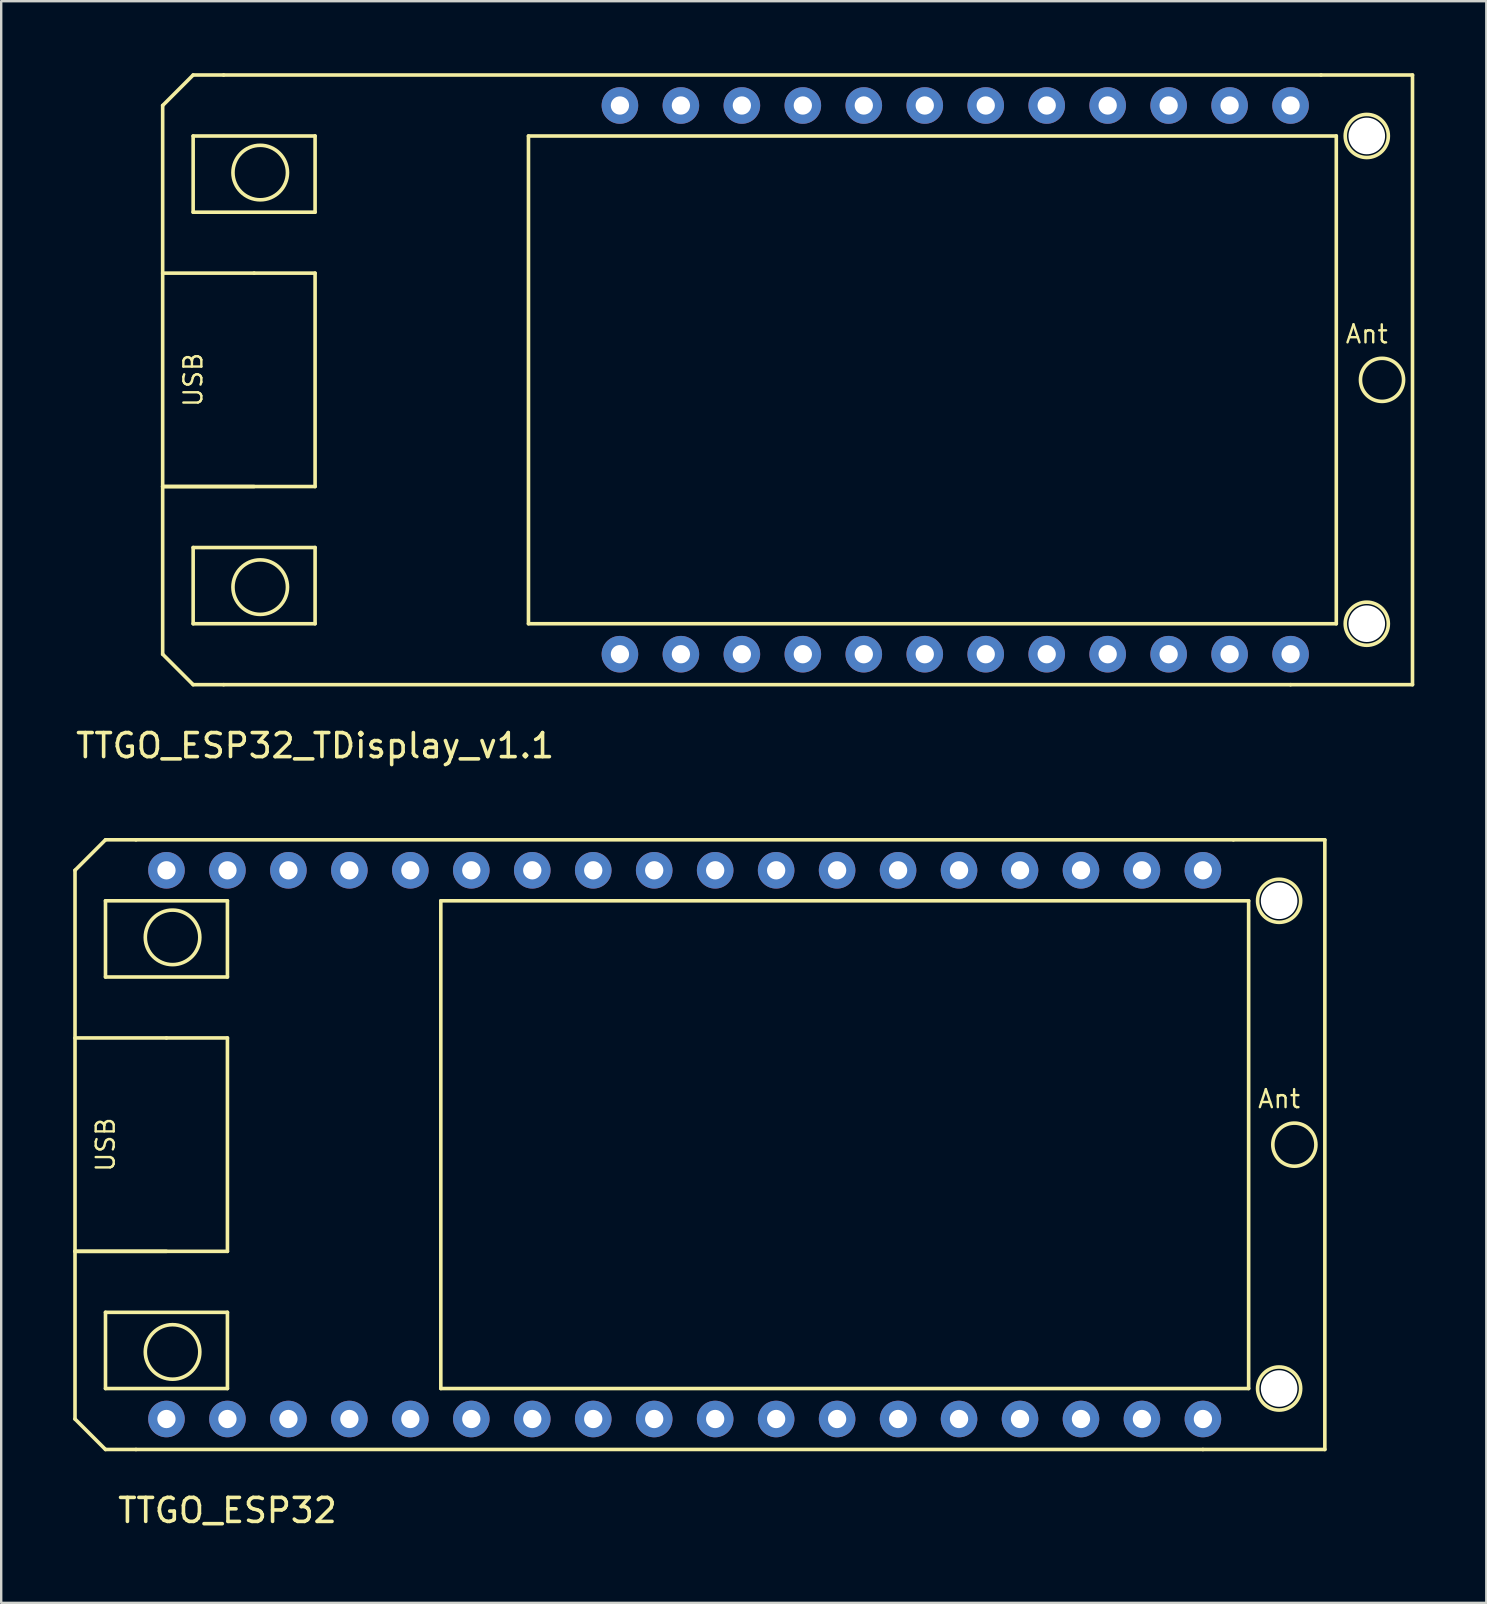
<source format=kicad_pcb>
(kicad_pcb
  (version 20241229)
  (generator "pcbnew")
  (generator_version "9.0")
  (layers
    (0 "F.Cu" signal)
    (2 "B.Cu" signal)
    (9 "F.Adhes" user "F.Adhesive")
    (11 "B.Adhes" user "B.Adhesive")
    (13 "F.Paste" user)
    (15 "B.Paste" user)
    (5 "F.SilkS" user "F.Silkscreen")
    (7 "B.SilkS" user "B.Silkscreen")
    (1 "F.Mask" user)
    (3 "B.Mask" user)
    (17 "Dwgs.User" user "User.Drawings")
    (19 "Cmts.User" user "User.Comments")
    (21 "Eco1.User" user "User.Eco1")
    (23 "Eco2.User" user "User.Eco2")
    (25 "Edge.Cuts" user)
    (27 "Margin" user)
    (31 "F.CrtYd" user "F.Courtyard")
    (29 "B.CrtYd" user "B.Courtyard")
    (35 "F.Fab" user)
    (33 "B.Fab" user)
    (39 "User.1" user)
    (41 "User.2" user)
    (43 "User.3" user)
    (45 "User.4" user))
  (footprint "TTGO_ESP32"
    (layer "F.Cu")
    (at 2.615 57.338)
    (property "Reference" "TTGO_ESP32" (at 3.81 2.54 0) (layer "F.SilkS") (effects (font (size 1 1) (thickness 0.15))))
    (attr through_hole)
    (fp_line (start -2.54 -24.13) (end -1.27 -25.4) (stroke (width 0.15) (type solid)) (layer "F.SilkS"))
    (fp_line (start -2.54 -8.255) (end 1.27 -8.255) (stroke (width 0.15) (type solid)) (layer "F.SilkS"))
    (fp_line (start -2.54 -1.27) (end -2.54 -24.13) (stroke (width 0.15) (type solid)) (layer "F.SilkS"))
    (fp_line (start -1.27 -25.4) (end 0 -25.4) (stroke (width 0.15) (type solid)) (layer "F.SilkS"))
    (fp_line (start -1.27 -22.86) (end 3.81 -22.86) (stroke (width 0.15) (type solid)) (layer "F.SilkS"))
    (fp_line (start -1.27 -19.685) (end -1.27 -22.86) (stroke (width 0.15) (type solid)) (layer "F.SilkS"))
    (fp_line (start -1.27 -5.715) (end 3.81 -5.715) (stroke (width 0.15) (type solid)) (layer "F.SilkS"))
    (fp_line (start -1.27 -2.54) (end -1.27 -5.715) (stroke (width 0.15) (type solid)) (layer "F.SilkS"))
    (fp_line (start -1.27 0) (end -2.54 -1.27) (stroke (width 0.15) (type solid)) (layer "F.SilkS"))
    (fp_line (start 0 0) (end -1.27 0) (stroke (width 0.15) (type solid)) (layer "F.SilkS"))
    (fp_line (start 1.27 -17.145) (end -2.54 -17.145) (stroke (width 0.15) (type solid)) (layer "F.SilkS"))
    (fp_line (start 1.27 -17.145) (end 3.81 -17.145) (stroke (width 0.15) (type solid)) (layer "F.SilkS"))
    (fp_line (start 3.81 -22.86) (end 3.81 -19.685) (stroke (width 0.15) (type solid)) (layer "F.SilkS"))
    (fp_line (start 3.81 -19.685) (end -1.27 -19.685) (stroke (width 0.15) (type solid)) (layer "F.SilkS"))
    (fp_line (start 3.81 -17.145) (end 3.81 -8.255) (stroke (width 0.15) (type solid)) (layer "F.SilkS"))
    (fp_line (start 3.81 -8.255) (end -2.54 -8.255) (stroke (width 0.15) (type solid)) (layer "F.SilkS"))
    (fp_line (start 3.81 -5.715) (end 3.81 -2.54) (stroke (width 0.15) (type solid)) (layer "F.SilkS"))
    (fp_line (start 3.81 -2.54) (end -1.27 -2.54) (stroke (width 0.15) (type solid)) (layer "F.SilkS"))
    (fp_line (start 12.7 -22.86) (end 46.355 -22.86) (stroke (width 0.15) (type solid)) (layer "F.SilkS"))
    (fp_line (start 12.7 -2.54) (end 12.7 -22.86) (stroke (width 0.15) (type solid)) (layer "F.SilkS"))
    (fp_line (start 44.45 0) (end 0 0) (stroke (width 0.15) (type solid)) (layer "F.SilkS"))
    (fp_line (start 45.72 -25.4) (end 0 -25.4) (stroke (width 0.15) (type solid)) (layer "F.SilkS"))
    (fp_line (start 46.355 -22.86) (end 46.355 -2.54) (stroke (width 0.15) (type solid)) (layer "F.SilkS"))
    (fp_line (start 46.355 -2.54) (end 12.7 -2.54) (stroke (width 0.15) (type solid)) (layer "F.SilkS"))
    (fp_line (start 49.53 -25.4) (end 45.72 -25.4) (stroke (width 0.15) (type solid)) (layer "F.SilkS"))
    (fp_line (start 49.53 -25.4) (end 49.53 0) (stroke (width 0.15) (type solid)) (layer "F.SilkS"))
    (fp_line (start 49.53 0) (end 44.45 0) (stroke (width 0.15) (type solid)) (layer "F.SilkS"))
    (fp_circle (center 1.524 -21.336) (end 2.54 -21.844) (stroke (width 0.15) (type solid)) (fill no) (layer "F.SilkS"))
    (fp_circle (center 1.524 -4.064) (end 2.54 -4.572) (stroke (width 0.15) (type solid)) (fill no) (layer "F.SilkS"))
    (fp_circle (center 47.625 -22.86) (end 48.26 -23.495) (stroke (width 0.15) (type solid)) (fill no) (layer "F.SilkS"))
    (fp_circle (center 47.625 -2.54) (end 48.26 -3.175) (stroke (width 0.15) (type solid)) (fill no) (layer "F.SilkS"))
    (fp_circle (center 48.26 -12.7) (end 48.895 -13.335) (stroke (width 0.15) (type solid)) (fill no) (layer "F.SilkS"))
    (fp_text user "USB" (at -1.27 -12.7 90) (layer "F.SilkS") (effects (font (size 0.75 0.75) (thickness 0.1))))
    (fp_text user "Ant" (at 47.625 -14.605 0) (layer "F.SilkS") (effects (font (size 0.75 0.75) (thickness 0.1))))
    (pad "" np_thru_hole circle (at 47.625 -22.86) (size 1.524 1.524) (drill 1.524) (layers "*.Cu" "*.Mask"))
    (pad "" np_thru_hole circle (at 47.625 -2.54) (size 1.524 1.524) (drill 1.524) (layers "*.Cu" "*.Mask"))
    (pad "1" thru_hole circle (at 1.27 -1.27) (size 1.524 1.524) (drill 0.762) (layers "*.Cu" "*.Mask"))
    (pad "2" thru_hole circle (at 3.81 -1.27) (size 1.524 1.524) (drill 0.762) (layers "*.Cu" "*.Mask"))
    (pad "3" thru_hole circle (at 6.35 -1.27) (size 1.524 1.524) (drill 0.762) (layers "*.Cu" "*.Mask"))
    (pad "4" thru_hole circle (at 8.89 -1.27) (size 1.524 1.524) (drill 0.762) (layers "*.Cu" "*.Mask"))
    (pad "5" thru_hole circle (at 11.43 -1.27) (size 1.524 1.524) (drill 0.762) (layers "*.Cu" "*.Mask"))
    (pad "6" thru_hole circle (at 13.97 -1.27) (size 1.524 1.524) (drill 0.762) (layers "*.Cu" "*.Mask"))
    (pad "7" thru_hole circle (at 16.51 -1.27) (size 1.524 1.524) (drill 0.762) (layers "*.Cu" "*.Mask"))
    (pad "8" thru_hole circle (at 19.05 -1.27) (size 1.524 1.524) (drill 0.762) (layers "*.Cu" "*.Mask"))
    (pad "9" thru_hole circle (at 21.59 -1.27) (size 1.524 1.524) (drill 0.762) (layers "*.Cu" "*.Mask"))
    (pad "10" thru_hole circle (at 24.13 -1.27) (size 1.524 1.524) (drill 0.762) (layers "*.Cu" "*.Mask"))
    (pad "11" thru_hole circle (at 26.67 -1.27) (size 1.524 1.524) (drill 0.762) (layers "*.Cu" "*.Mask"))
    (pad "12" thru_hole circle (at 29.21 -1.27) (size 1.524 1.524) (drill 0.762) (layers "*.Cu" "*.Mask"))
    (pad "13" thru_hole circle (at 31.75 -1.27) (size 1.524 1.524) (drill 0.762) (layers "*.Cu" "*.Mask"))
    (pad "14" thru_hole circle (at 34.29 -1.27) (size 1.524 1.524) (drill 0.762) (layers "*.Cu" "*.Mask"))
    (pad "15" thru_hole circle (at 36.83 -1.27) (size 1.524 1.524) (drill 0.762) (layers "*.Cu" "*.Mask"))
    (pad "16" thru_hole circle (at 39.37 -1.27) (size 1.524 1.524) (drill 0.762) (layers "*.Cu" "*.Mask"))
    (pad "17" thru_hole circle (at 41.91 -1.27) (size 1.524 1.524) (drill 0.762) (layers "*.Cu" "*.Mask"))
    (pad "18" thru_hole circle (at 44.45 -1.27) (size 1.524 1.524) (drill 0.762) (layers "*.Cu" "*.Mask"))
    (pad "19" thru_hole circle (at 1.27 -24.13) (size 1.524 1.524) (drill 0.762) (layers "*.Cu" "*.Mask"))
    (pad "20" thru_hole circle (at 3.81 -24.13) (size 1.524 1.524) (drill 0.762) (layers "*.Cu" "*.Mask"))
    (pad "21" thru_hole circle (at 6.35 -24.13) (size 1.524 1.524) (drill 0.762) (layers "*.Cu" "*.Mask"))
    (pad "22" thru_hole circle (at 8.89 -24.13) (size 1.524 1.524) (drill 0.762) (layers "*.Cu" "*.Mask"))
    (pad "23" thru_hole circle (at 11.43 -24.13) (size 1.524 1.524) (drill 0.762) (layers "*.Cu" "*.Mask"))
    (pad "24" thru_hole circle (at 13.97 -24.13) (size 1.524 1.524) (drill 0.762) (layers "*.Cu" "*.Mask"))
    (pad "25" thru_hole circle (at 16.51 -24.13) (size 1.524 1.524) (drill 0.762) (layers "*.Cu" "*.Mask"))
    (pad "26" thru_hole circle (at 19.05 -24.13) (size 1.524 1.524) (drill 0.762) (layers "*.Cu" "*.Mask"))
    (pad "27" thru_hole circle (at 21.59 -24.13) (size 1.524 1.524) (drill 0.762) (layers "*.Cu" "*.Mask"))
    (pad "28" thru_hole circle (at 24.13 -24.13) (size 1.524 1.524) (drill 0.762) (layers "*.Cu" "*.Mask"))
    (pad "29" thru_hole circle (at 26.67 -24.13) (size 1.524 1.524) (drill 0.762) (layers "*.Cu" "*.Mask"))
    (pad "30" thru_hole circle (at 29.21 -24.13) (size 1.524 1.524) (drill 0.762) (layers "*.Cu" "*.Mask"))
    (pad "31" thru_hole circle (at 31.75 -24.13) (size 1.524 1.524) (drill 0.762) (layers "*.Cu" "*.Mask"))
    (pad "32" thru_hole circle (at 34.29 -24.13) (size 1.524 1.524) (drill 0.762) (layers "*.Cu" "*.Mask"))
    (pad "33" thru_hole circle (at 36.83 -24.13) (size 1.524 1.524) (drill 0.762) (layers "*.Cu" "*.Mask"))
    (pad "34" thru_hole circle (at 39.37 -24.13) (size 1.524 1.524) (drill 0.762) (layers "*.Cu" "*.Mask"))
    (pad "35" thru_hole circle (at 41.91 -24.13) (size 1.524 1.524) (drill 0.762) (layers "*.Cu" "*.Mask"))
    (pad "36" thru_hole circle (at 44.45 -24.13) (size 1.524 1.524) (drill 0.762) (layers "*.Cu" "*.Mask")))
  (footprint "TTGO_ESP32_TDisplay_v1.1"
    (layer "F.Cu")
    (at 6.267 25.475)
    (property "Reference" "TTGO_ESP32_TDisplay_v1.1" (at 3.81 2.54 0) (layer "F.SilkS") (effects (font (size 1 1) (thickness 0.15))))
    (attr through_hole)
    (fp_line (start -2.54 -24.13) (end -1.27 -25.4) (stroke (width 0.15) (type solid)) (layer "F.SilkS"))
    (fp_line (start -2.54 -8.255) (end 1.27 -8.255) (stroke (width 0.15) (type solid)) (layer "F.SilkS"))
    (fp_line (start -2.54 -1.27) (end -2.54 -24.13) (stroke (width 0.15) (type solid)) (layer "F.SilkS"))
    (fp_line (start -1.27 -25.4) (end 0 -25.4) (stroke (width 0.15) (type solid)) (layer "F.SilkS"))
    (fp_line (start -1.27 -22.86) (end 3.81 -22.86) (stroke (width 0.15) (type solid)) (layer "F.SilkS"))
    (fp_line (start -1.27 -19.685) (end -1.27 -22.86) (stroke (width 0.15) (type solid)) (layer "F.SilkS"))
    (fp_line (start -1.27 -5.715) (end 3.81 -5.715) (stroke (width 0.15) (type solid)) (layer "F.SilkS"))
    (fp_line (start -1.27 -2.54) (end -1.27 -5.715) (stroke (width 0.15) (type solid)) (layer "F.SilkS"))
    (fp_line (start -1.27 0) (end -2.54 -1.27) (stroke (width 0.15) (type solid)) (layer "F.SilkS"))
    (fp_line (start 0 0) (end -1.27 0) (stroke (width 0.15) (type solid)) (layer "F.SilkS"))
    (fp_line (start 1.27 -17.145) (end -2.54 -17.145) (stroke (width 0.15) (type solid)) (layer "F.SilkS"))
    (fp_line (start 1.27 -17.145) (end 3.81 -17.145) (stroke (width 0.15) (type solid)) (layer "F.SilkS"))
    (fp_line (start 3.81 -22.86) (end 3.81 -19.685) (stroke (width 0.15) (type solid)) (layer "F.SilkS"))
    (fp_line (start 3.81 -19.685) (end -1.27 -19.685) (stroke (width 0.15) (type solid)) (layer "F.SilkS"))
    (fp_line (start 3.81 -17.145) (end 3.81 -8.255) (stroke (width 0.15) (type solid)) (layer "F.SilkS"))
    (fp_line (start 3.81 -8.255) (end -2.54 -8.255) (stroke (width 0.15) (type solid)) (layer "F.SilkS"))
    (fp_line (start 3.81 -5.715) (end 3.81 -2.54) (stroke (width 0.15) (type solid)) (layer "F.SilkS"))
    (fp_line (start 3.81 -2.54) (end -1.27 -2.54) (stroke (width 0.15) (type solid)) (layer "F.SilkS"))
    (fp_line (start 12.7 -22.86) (end 46.355 -22.86) (stroke (width 0.15) (type solid)) (layer "F.SilkS"))
    (fp_line (start 12.7 -2.54) (end 12.7 -22.86) (stroke (width 0.15) (type solid)) (layer "F.SilkS"))
    (fp_line (start 44.45 0) (end 0 0) (stroke (width 0.15) (type solid)) (layer "F.SilkS"))
    (fp_line (start 45.72 -25.4) (end 0 -25.4) (stroke (width 0.15) (type solid)) (layer "F.SilkS"))
    (fp_line (start 46.355 -22.86) (end 46.355 -2.54) (stroke (width 0.15) (type solid)) (layer "F.SilkS"))
    (fp_line (start 46.355 -2.54) (end 12.7 -2.54) (stroke (width 0.15) (type solid)) (layer "F.SilkS"))
    (fp_line (start 49.53 -25.4) (end 45.72 -25.4) (stroke (width 0.15) (type solid)) (layer "F.SilkS"))
    (fp_line (start 49.53 -25.4) (end 49.53 0) (stroke (width 0.15) (type solid)) (layer "F.SilkS"))
    (fp_line (start 49.53 0) (end 44.45 0) (stroke (width 0.15) (type solid)) (layer "F.SilkS"))
    (fp_circle (center 1.524 -21.336) (end 2.54 -21.844) (stroke (width 0.15) (type solid)) (fill no) (layer "F.SilkS"))
    (fp_circle (center 1.524 -4.064) (end 2.54 -4.572) (stroke (width 0.15) (type solid)) (fill no) (layer "F.SilkS"))
    (fp_circle (center 47.625 -22.86) (end 48.26 -23.495) (stroke (width 0.15) (type solid)) (fill no) (layer "F.SilkS"))
    (fp_circle (center 47.625 -2.54) (end 48.26 -3.175) (stroke (width 0.15) (type solid)) (fill no) (layer "F.SilkS"))
    (fp_circle (center 48.26 -12.7) (end 48.895 -13.335) (stroke (width 0.15) (type solid)) (fill no) (layer "F.SilkS"))
    (fp_text user "USB" (at -1.27 -12.7 90) (layer "F.SilkS") (effects (font (size 0.75 0.75) (thickness 0.1))))
    (fp_text user "Ant" (at 47.625 -14.605 0) (layer "F.SilkS") (effects (font (size 0.75 0.75) (thickness 0.1))))
    (pad "" np_thru_hole circle (at 47.625 -22.86) (size 1.524 1.524) (drill 1.524) (layers "*.Cu" "*.Mask"))
    (pad "" np_thru_hole circle (at 47.625 -2.54) (size 1.524 1.524) (drill 1.524) (layers "*.Cu" "*.Mask"))
    (pad "1" thru_hole circle (at 16.51 -1.27) (size 1.524 1.524) (drill 0.762) (layers "*.Cu" "*.Mask"))
    (pad "2" thru_hole circle (at 19.05 -1.27) (size 1.524 1.524) (drill 0.762) (layers "*.Cu" "*.Mask"))
    (pad "3" thru_hole circle (at 21.59 -1.27) (size 1.524 1.524) (drill 0.762) (layers "*.Cu" "*.Mask"))
    (pad "4" thru_hole circle (at 24.13 -1.27) (size 1.524 1.524) (drill 0.762) (layers "*.Cu" "*.Mask"))
    (pad "5" thru_hole circle (at 26.67 -1.27) (size 1.524 1.524) (drill 0.762) (layers "*.Cu" "*.Mask"))
    (pad "6" thru_hole circle (at 29.21 -1.27) (size 1.524 1.524) (drill 0.762) (layers "*.Cu" "*.Mask"))
    (pad "7" thru_hole circle (at 31.75 -1.27) (size 1.524 1.524) (drill 0.762) (layers "*.Cu" "*.Mask"))
    (pad "8" thru_hole circle (at 34.29 -1.27) (size 1.524 1.524) (drill 0.762) (layers "*.Cu" "*.Mask"))
    (pad "9" thru_hole circle (at 36.83 -1.27) (size 1.524 1.524) (drill 0.762) (layers "*.Cu" "*.Mask"))
    (pad "10" thru_hole circle (at 39.37 -1.27) (size 1.524 1.524) (drill 0.762) (layers "*.Cu" "*.Mask"))
    (pad "11" thru_hole circle (at 41.91 -1.27) (size 1.524 1.524) (drill 0.762) (layers "*.Cu" "*.Mask"))
    (pad "12" thru_hole circle (at 44.45 -1.27) (size 1.524 1.524) (drill 0.762) (layers "*.Cu" "*.Mask"))
    (pad "13" thru_hole circle (at 44.45 -24.13) (size 1.524 1.524) (drill 0.762) (layers "*.Cu" "*.Mask"))
    (pad "14" thru_hole circle (at 41.91 -24.13) (size 1.524 1.524) (drill 0.762) (layers "*.Cu" "*.Mask"))
    (pad "15" thru_hole circle (at 39.37 -24.13) (size 1.524 1.524) (drill 0.762) (layers "*.Cu" "*.Mask"))
    (pad "16" thru_hole circle (at 36.83 -24.13) (size 1.524 1.524) (drill 0.762) (layers "*.Cu" "*.Mask"))
    (pad "17" thru_hole circle (at 34.29 -24.13) (size 1.524 1.524) (drill 0.762) (layers "*.Cu" "*.Mask"))
    (pad "18" thru_hole circle (at 31.75 -24.13) (size 1.524 1.524) (drill 0.762) (layers "*.Cu" "*.Mask"))
    (pad "19" thru_hole circle (at 29.21 -24.13) (size 1.524 1.524) (drill 0.762) (layers "*.Cu" "*.Mask"))
    (pad "20" thru_hole circle (at 26.67 -24.13) (size 1.524 1.524) (drill 0.762) (layers "*.Cu" "*.Mask"))
    (pad "21" thru_hole circle (at 24.13 -24.13) (size 1.524 1.524) (drill 0.762) (layers "*.Cu" "*.Mask"))
    (pad "22" thru_hole circle (at 21.59 -24.13) (size 1.524 1.524) (drill 0.762) (layers "*.Cu" "*.Mask"))
    (pad "23" thru_hole circle (at 19.05 -24.13) (size 1.524 1.524) (drill 0.762) (layers "*.Cu" "*.Mask"))
    (pad "24" thru_hole circle (at 16.51 -24.13) (size 1.524 1.524) (drill 0.762) (layers "*.Cu" "*.Mask")))
  (gr_rect
    (start -3 -3)
    (end 58.872 63.727)
    (stroke (width 0.1) (type default))
    (fill no)
    (layer "Edge.Cuts")))
</source>
